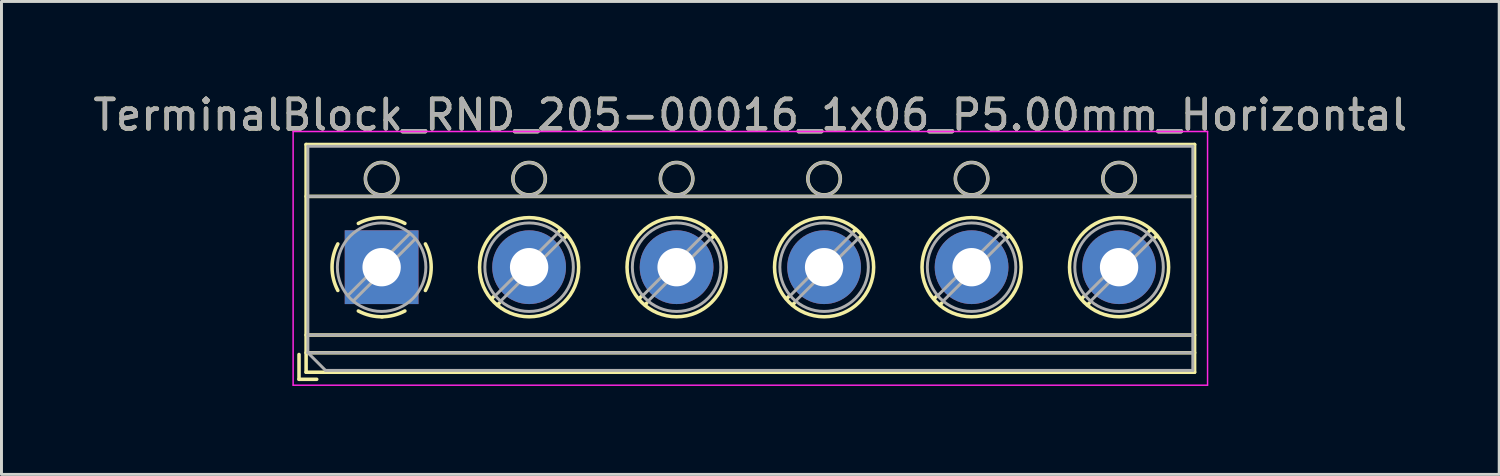
<source format=kicad_pcb>
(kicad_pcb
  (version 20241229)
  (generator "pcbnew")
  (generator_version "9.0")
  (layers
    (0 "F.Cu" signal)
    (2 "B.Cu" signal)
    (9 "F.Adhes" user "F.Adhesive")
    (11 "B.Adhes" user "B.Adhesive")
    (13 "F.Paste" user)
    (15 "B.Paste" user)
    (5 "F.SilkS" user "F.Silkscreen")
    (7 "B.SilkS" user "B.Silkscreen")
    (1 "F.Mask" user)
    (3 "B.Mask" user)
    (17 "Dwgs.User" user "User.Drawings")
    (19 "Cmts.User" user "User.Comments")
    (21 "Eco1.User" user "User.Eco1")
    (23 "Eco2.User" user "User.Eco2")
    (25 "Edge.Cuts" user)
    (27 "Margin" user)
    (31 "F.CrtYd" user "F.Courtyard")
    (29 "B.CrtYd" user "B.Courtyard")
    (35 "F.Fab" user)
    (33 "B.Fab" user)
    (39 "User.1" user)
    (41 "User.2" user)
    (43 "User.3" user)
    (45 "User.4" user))
  (footprint "TerminalBlock_RND_205-00016_1x06_P5.00mm_Horizontal"
    (layer "F.Cu")
    (at 9.887 6.008)
    (property "Reference" "TerminalBlock_RND_205-00016_1x06_P5.00mm_Horizontal" (at 12.5 -5.16 0) (layer "F.SilkS") (effects (font (size 1 1) (thickness 0.15))))
    (attr through_hole)
    (fp_line (start -2.8 2.96) (end -2.8 3.8) (stroke (width 0.12) (type solid)) (layer "F.SilkS"))
    (fp_line (start -2.8 3.8) (end -2.2 3.8) (stroke (width 0.12) (type solid)) (layer "F.SilkS"))
    (fp_line (start -2.56 -4.16) (end -2.56 3.561) (stroke (width 0.12) (type solid)) (layer "F.SilkS"))
    (fp_line (start -2.56 -4.16) (end 27.56 -4.16) (stroke (width 0.12) (type solid)) (layer "F.SilkS"))
    (fp_line (start -2.56 -2.4) (end 27.56 -2.4) (stroke (width 0.12) (type solid)) (layer "F.SilkS"))
    (fp_line (start -2.56 2.3) (end 27.56 2.3) (stroke (width 0.12) (type solid)) (layer "F.SilkS"))
    (fp_line (start -2.56 2.9) (end 27.56 2.9) (stroke (width 0.12) (type solid)) (layer "F.SilkS"))
    (fp_line (start -2.56 3.561) (end 27.56 3.561) (stroke (width 0.12) (type solid)) (layer "F.SilkS"))
    (fp_line (start 3.82 0.976) (end 3.726 1.069) (stroke (width 0.12) (type solid)) (layer "F.SilkS"))
    (fp_line (start 3.99 1.216) (end 3.931 1.274) (stroke (width 0.12) (type solid)) (layer "F.SilkS"))
    (fp_line (start 6.07 -1.275) (end 6.011 -1.216) (stroke (width 0.12) (type solid)) (layer "F.SilkS"))
    (fp_line (start 6.275 -1.069) (end 6.181 -0.976) (stroke (width 0.12) (type solid)) (layer "F.SilkS"))
    (fp_line (start 8.82 0.976) (end 8.726 1.069) (stroke (width 0.12) (type solid)) (layer "F.SilkS"))
    (fp_line (start 8.99 1.216) (end 8.931 1.274) (stroke (width 0.12) (type solid)) (layer "F.SilkS"))
    (fp_line (start 11.07 -1.275) (end 11.011 -1.216) (stroke (width 0.12) (type solid)) (layer "F.SilkS"))
    (fp_line (start 11.275 -1.069) (end 11.181 -0.976) (stroke (width 0.12) (type solid)) (layer "F.SilkS"))
    (fp_line (start 13.82 0.976) (end 13.726 1.069) (stroke (width 0.12) (type solid)) (layer "F.SilkS"))
    (fp_line (start 13.99 1.216) (end 13.931 1.274) (stroke (width 0.12) (type solid)) (layer "F.SilkS"))
    (fp_line (start 16.07 -1.275) (end 16.011 -1.216) (stroke (width 0.12) (type solid)) (layer "F.SilkS"))
    (fp_line (start 16.275 -1.069) (end 16.181 -0.976) (stroke (width 0.12) (type solid)) (layer "F.SilkS"))
    (fp_line (start 18.82 0.976) (end 18.726 1.069) (stroke (width 0.12) (type solid)) (layer "F.SilkS"))
    (fp_line (start 18.99 1.216) (end 18.931 1.274) (stroke (width 0.12) (type solid)) (layer "F.SilkS"))
    (fp_line (start 21.07 -1.275) (end 21.011 -1.216) (stroke (width 0.12) (type solid)) (layer "F.SilkS"))
    (fp_line (start 21.275 -1.069) (end 21.181 -0.976) (stroke (width 0.12) (type solid)) (layer "F.SilkS"))
    (fp_line (start 23.82 0.976) (end 23.726 1.069) (stroke (width 0.12) (type solid)) (layer "F.SilkS"))
    (fp_line (start 23.99 1.216) (end 23.931 1.274) (stroke (width 0.12) (type solid)) (layer "F.SilkS"))
    (fp_line (start 26.07 -1.275) (end 26.011 -1.216) (stroke (width 0.12) (type solid)) (layer "F.SilkS"))
    (fp_line (start 26.275 -1.069) (end 26.181 -0.976) (stroke (width 0.12) (type solid)) (layer "F.SilkS"))
    (fp_line (start 27.56 -4.16) (end 27.56 3.561) (stroke (width 0.12) (type solid)) (layer "F.SilkS"))
    (fp_arc (start -1.483953 0.789089) (mid -1.680708 0.00005) (end -1.484 -0.789) (stroke (width 0.12) (type solid)) (layer "F.SilkS"))
    (fp_arc (start -0.789089 -1.483953) (mid -0.00005 -1.680708) (end 0.789 -1.484) (stroke (width 0.12) (type solid)) (layer "F.SilkS"))
    (fp_arc (start 0.029383 1.68045) (mid -0.392304 1.634281) (end -0.789 1.484) (stroke (width 0.12) (type solid)) (layer "F.SilkS"))
    (fp_arc (start 0.788712 1.483352) (mid 0.406429 1.630097) (end 0 1.68) (stroke (width 0.12) (type solid)) (layer "F.SilkS"))
    (fp_arc (start 1.483953 -0.789089) (mid 1.680708 -0.00005) (end 1.484 0.789) (stroke (width 0.12) (type solid)) (layer "F.SilkS"))
    (fp_circle (center 0 -3) (end 0.55 -3) (stroke (width 0.12) (type solid)) (fill no) (layer "F.SilkS"))
    (fp_circle (center 5 -3) (end 5.55 -3) (stroke (width 0.12) (type solid)) (fill no) (layer "F.SilkS"))
    (fp_circle (center 5 0) (end 6.68 0) (stroke (width 0.12) (type solid)) (fill no) (layer "F.SilkS"))
    (fp_circle (center 10 -3) (end 10.55 -3) (stroke (width 0.12) (type solid)) (fill no) (layer "F.SilkS"))
    (fp_circle (center 10 0) (end 11.68 0) (stroke (width 0.12) (type solid)) (fill no) (layer "F.SilkS"))
    (fp_circle (center 15 -3) (end 15.55 -3) (stroke (width 0.12) (type solid)) (fill no) (layer "F.SilkS"))
    (fp_circle (center 15 0) (end 16.68 0) (stroke (width 0.12) (type solid)) (fill no) (layer "F.SilkS"))
    (fp_circle (center 20 -3) (end 20.55 -3) (stroke (width 0.12) (type solid)) (fill no) (layer "F.SilkS"))
    (fp_circle (center 20 0) (end 21.68 0) (stroke (width 0.12) (type solid)) (fill no) (layer "F.SilkS"))
    (fp_circle (center 25 -3) (end 25.55 -3) (stroke (width 0.12) (type solid)) (fill no) (layer "F.SilkS"))
    (fp_circle (center 25 0) (end 26.68 0) (stroke (width 0.12) (type solid)) (fill no) (layer "F.SilkS"))
    (fp_line (start -3 -4.6) (end -3 4) (stroke (width 0.05) (type solid)) (layer "F.CrtYd"))
    (fp_line (start -3 4) (end 28 4) (stroke (width 0.05) (type solid)) (layer "F.CrtYd"))
    (fp_line (start 28 -4.6) (end -3 -4.6) (stroke (width 0.05) (type solid)) (layer "F.CrtYd"))
    (fp_line (start 28 4) (end 28 -4.6) (stroke (width 0.05) (type solid)) (layer "F.CrtYd"))
    (fp_line (start -2.5 -4.1) (end 27.5 -4.1) (stroke (width 0.1) (type solid)) (layer "F.Fab"))
    (fp_line (start -2.5 -2.4) (end 27.5 -2.4) (stroke (width 0.1) (type solid)) (layer "F.Fab"))
    (fp_line (start -2.5 2.3) (end 27.5 2.3) (stroke (width 0.1) (type solid)) (layer "F.Fab"))
    (fp_line (start -2.5 2.9) (end -2.5 -4.1) (stroke (width 0.1) (type solid)) (layer "F.Fab"))
    (fp_line (start -2.5 2.9) (end 27.5 2.9) (stroke (width 0.1) (type solid)) (layer "F.Fab"))
    (fp_line (start -1.9 3.5) (end -2.5 2.9) (stroke (width 0.1) (type solid)) (layer "F.Fab"))
    (fp_line (start 0.955 -1.138) (end -1.138 0.955) (stroke (width 0.1) (type solid)) (layer "F.Fab"))
    (fp_line (start 1.138 -0.955) (end -0.955 1.138) (stroke (width 0.1) (type solid)) (layer "F.Fab"))
    (fp_line (start 5.955 -1.138) (end 3.863 0.955) (stroke (width 0.1) (type solid)) (layer "F.Fab"))
    (fp_line (start 6.138 -0.955) (end 4.046 1.138) (stroke (width 0.1) (type solid)) (layer "F.Fab"))
    (fp_line (start 10.955 -1.138) (end 8.863 0.955) (stroke (width 0.1) (type solid)) (layer "F.Fab"))
    (fp_line (start 11.138 -0.955) (end 9.046 1.138) (stroke (width 0.1) (type solid)) (layer "F.Fab"))
    (fp_line (start 15.955 -1.138) (end 13.863 0.955) (stroke (width 0.1) (type solid)) (layer "F.Fab"))
    (fp_line (start 16.138 -0.955) (end 14.046 1.138) (stroke (width 0.1) (type solid)) (layer "F.Fab"))
    (fp_line (start 20.955 -1.138) (end 18.863 0.955) (stroke (width 0.1) (type solid)) (layer "F.Fab"))
    (fp_line (start 21.138 -0.955) (end 19.046 1.138) (stroke (width 0.1) (type solid)) (layer "F.Fab"))
    (fp_line (start 25.955 -1.138) (end 23.863 0.955) (stroke (width 0.1) (type solid)) (layer "F.Fab"))
    (fp_line (start 26.138 -0.955) (end 24.046 1.138) (stroke (width 0.1) (type solid)) (layer "F.Fab"))
    (fp_line (start 27.5 -4.1) (end 27.5 3.5) (stroke (width 0.1) (type solid)) (layer "F.Fab"))
    (fp_line (start 27.5 3.5) (end -1.9 3.5) (stroke (width 0.1) (type solid)) (layer "F.Fab"))
    (fp_circle (center 0 -3) (end 0.55 -3) (stroke (width 0.1) (type solid)) (fill no) (layer "F.Fab"))
    (fp_circle (center 0 0) (end 1.5 0) (stroke (width 0.1) (type solid)) (fill no) (layer "F.Fab"))
    (fp_circle (center 5 -3) (end 5.55 -3) (stroke (width 0.1) (type solid)) (fill no) (layer "F.Fab"))
    (fp_circle (center 5 0) (end 6.5 0) (stroke (width 0.1) (type solid)) (fill no) (layer "F.Fab"))
    (fp_circle (center 10 -3) (end 10.55 -3) (stroke (width 0.1) (type solid)) (fill no) (layer "F.Fab"))
    (fp_circle (center 10 0) (end 11.5 0) (stroke (width 0.1) (type solid)) (fill no) (layer "F.Fab"))
    (fp_circle (center 15 -3) (end 15.55 -3) (stroke (width 0.1) (type solid)) (fill no) (layer "F.Fab"))
    (fp_circle (center 15 0) (end 16.5 0) (stroke (width 0.1) (type solid)) (fill no) (layer "F.Fab"))
    (fp_circle (center 20 -3) (end 20.55 -3) (stroke (width 0.1) (type solid)) (fill no) (layer "F.Fab"))
    (fp_circle (center 20 0) (end 21.5 0) (stroke (width 0.1) (type solid)) (fill no) (layer "F.Fab"))
    (fp_circle (center 25 -3) (end 25.55 -3) (stroke (width 0.1) (type solid)) (fill no) (layer "F.Fab"))
    (fp_circle (center 25 0) (end 26.5 0) (stroke (width 0.1) (type solid)) (fill no) (layer "F.Fab"))
    (fp_text user "${REFERENCE}" (at 12.5 -5.16 0) (layer "F.Fab") (effects (font (size 1 1) (thickness 0.15))))
    (pad "1" thru_hole rect (at 0 0) (size 2.5 2.5) (drill 1.3) (layers "*.Cu" "*.Mask"))
    (pad "2" thru_hole circle (at 5 0) (size 2.5 2.5) (drill 1.3) (layers "*.Cu" "*.Mask"))
    (pad "3" thru_hole circle (at 10 0) (size 2.5 2.5) (drill 1.3) (layers "*.Cu" "*.Mask"))
    (pad "4" thru_hole circle (at 15 0) (size 2.5 2.5) (drill 1.3) (layers "*.Cu" "*.Mask"))
    (pad "5" thru_hole circle (at 20 0) (size 2.5 2.5) (drill 1.3) (layers "*.Cu" "*.Mask"))
    (pad "6" thru_hole circle (at 25 0) (size 2.5 2.5) (drill 1.3) (layers "*.Cu" "*.Mask")))
  (gr_rect
    (start -3 -3)
    (end 47.774 13.033)
    (stroke (width 0.1) (type default))
    (fill no)
    (layer "Edge.Cuts")))
</source>
